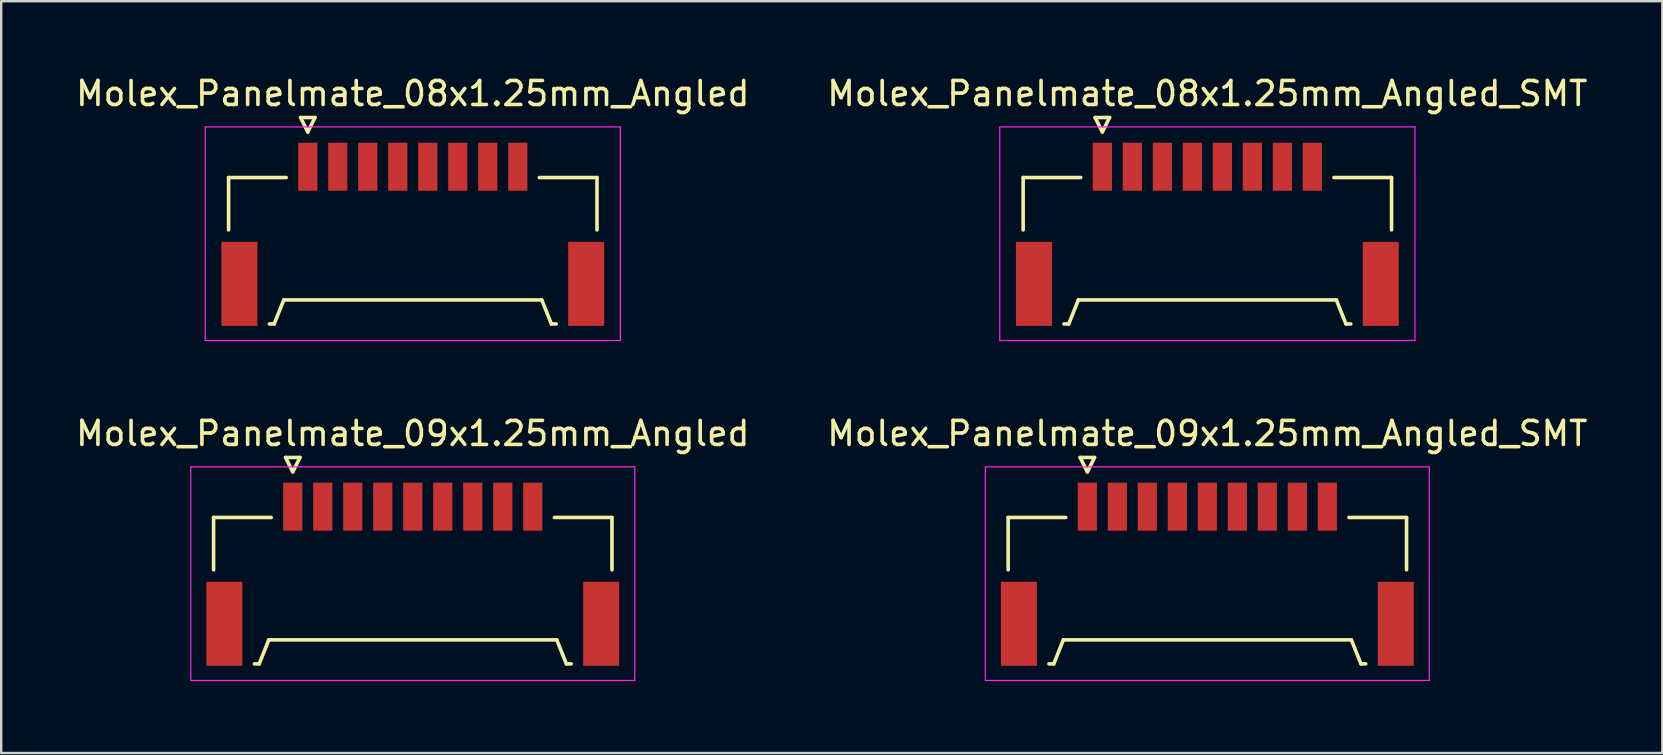
<source format=kicad_pcb>
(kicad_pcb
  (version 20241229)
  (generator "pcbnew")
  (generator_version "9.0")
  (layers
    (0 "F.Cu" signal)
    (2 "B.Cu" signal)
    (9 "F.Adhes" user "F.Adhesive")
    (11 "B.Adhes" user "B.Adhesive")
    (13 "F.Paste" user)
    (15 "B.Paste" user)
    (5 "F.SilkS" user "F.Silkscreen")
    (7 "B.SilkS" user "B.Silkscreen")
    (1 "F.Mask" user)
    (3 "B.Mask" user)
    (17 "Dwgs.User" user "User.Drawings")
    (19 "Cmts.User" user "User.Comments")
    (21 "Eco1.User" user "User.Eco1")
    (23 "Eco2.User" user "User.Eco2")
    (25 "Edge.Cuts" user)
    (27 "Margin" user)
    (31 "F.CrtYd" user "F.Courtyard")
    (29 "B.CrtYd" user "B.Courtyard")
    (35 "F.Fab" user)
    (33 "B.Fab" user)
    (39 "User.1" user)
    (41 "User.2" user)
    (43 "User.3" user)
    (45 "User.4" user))
  (footprint "Molex_Panelmate_09x1.25mm_Angled_SMT"
    (layer "F.Cu")
    (at 47.256 20.502)
    (property "Reference" "Molex_Panelmate_09x1.25mm_Angled_SMT" (at 0 -5.49 0) (layer "F.SilkS") (effects (font (size 1 1) (thickness 0.15))))
    (attr smd)
    (fp_line (start -8.3 -1.99) (end -8.3 0.19) (stroke (width 0.15) (type solid)) (layer "F.SilkS"))
    (fp_line (start -6.6 4.11) (end -6.4 4.11) (stroke (width 0.15) (type solid)) (layer "F.SilkS"))
    (fp_line (start -6.4 4.11) (end -6 3.11) (stroke (width 0.15) (type solid)) (layer "F.SilkS"))
    (fp_line (start -6 3.11) (end 6 3.11) (stroke (width 0.15) (type solid)) (layer "F.SilkS"))
    (fp_line (start -5.9 -1.99) (end -8.3 -1.99) (stroke (width 0.15) (type solid)) (layer "F.SilkS"))
    (fp_line (start -5.3 -4.49) (end -5 -3.89) (stroke (width 0.15) (type solid)) (layer "F.SilkS"))
    (fp_line (start -5 -3.89) (end -4.7 -4.49) (stroke (width 0.15) (type solid)) (layer "F.SilkS"))
    (fp_line (start -4.7 -4.49) (end -5.3 -4.49) (stroke (width 0.15) (type solid)) (layer "F.SilkS"))
    (fp_line (start 5.9 -1.99) (end 8.3 -1.99) (stroke (width 0.15) (type solid)) (layer "F.SilkS"))
    (fp_line (start 6 3.11) (end 6.4 4.11) (stroke (width 0.15) (type solid)) (layer "F.SilkS"))
    (fp_line (start 6.4 4.11) (end 6.6 4.11) (stroke (width 0.15) (type solid)) (layer "F.SilkS"))
    (fp_line (start 8.3 -1.99) (end 8.3 0.19) (stroke (width 0.15) (type solid)) (layer "F.SilkS"))
    (fp_line (start -9.25 -4.1) (end -9.25 4.8) (stroke (width 0.05) (type solid)) (layer "F.CrtYd"))
    (fp_line (start -9.25 4.8) (end 9.25 4.8) (stroke (width 0.05) (type solid)) (layer "F.CrtYd"))
    (fp_line (start 9.25 -4.1) (end -9.25 -4.1) (stroke (width 0.05) (type solid)) (layer "F.CrtYd"))
    (fp_line (start 9.25 4.8) (end 9.25 -4.1) (stroke (width 0.05) (type solid)) (layer "F.CrtYd"))
    (pad "" smd rect (at -7.85 2.44) (size 1.5 3.5) (layers "F.Cu" "F.Mask" "F.Paste"))
    (pad "" smd rect (at 7.85 2.44) (size 1.5 3.5) (layers "F.Cu" "F.Mask" "F.Paste"))
    (pad "1" smd rect (at -5 -2.44) (size 0.8 2) (layers "F.Cu" "F.Mask" "F.Paste"))
    (pad "2" smd rect (at -3.75 -2.44) (size 0.8 2) (layers "F.Cu" "F.Mask" "F.Paste"))
    (pad "3" smd rect (at -2.5 -2.44) (size 0.8 2) (layers "F.Cu" "F.Mask" "F.Paste"))
    (pad "4" smd rect (at -1.25 -2.44) (size 0.8 2) (layers "F.Cu" "F.Mask" "F.Paste"))
    (pad "5" smd rect (at 0 -2.44) (size 0.8 2) (layers "F.Cu" "F.Mask" "F.Paste"))
    (pad "6" smd rect (at 1.25 -2.44) (size 0.8 2) (layers "F.Cu" "F.Mask" "F.Paste"))
    (pad "7" smd rect (at 2.5 -2.44) (size 0.8 2) (layers "F.Cu" "F.Mask" "F.Paste"))
    (pad "8" smd rect (at 3.75 -2.44) (size 0.8 2) (layers "F.Cu" "F.Mask" "F.Paste"))
    (pad "9" smd rect (at 5 -2.44) (size 0.8 2) (layers "F.Cu" "F.Mask" "F.Paste")))
  (footprint "Molex_Panelmate_09x1.25mm_Angled"
    (layer "F.Cu")
    (at 14.149 20.502)
    (property "Reference" "Molex_Panelmate_09x1.25mm_Angled" (at 0 -5.49 0) (layer "F.SilkS") (effects (font (size 1 1) (thickness 0.15))))
    (attr smd)
    (fp_line (start -8.3 -1.99) (end -8.3 0.19) (stroke (width 0.15) (type solid)) (layer "F.SilkS"))
    (fp_line (start -6.6 4.11) (end -6.4 4.11) (stroke (width 0.15) (type solid)) (layer "F.SilkS"))
    (fp_line (start -6.4 4.11) (end -6 3.11) (stroke (width 0.15) (type solid)) (layer "F.SilkS"))
    (fp_line (start -6 3.11) (end 6 3.11) (stroke (width 0.15) (type solid)) (layer "F.SilkS"))
    (fp_line (start -5.9 -1.99) (end -8.3 -1.99) (stroke (width 0.15) (type solid)) (layer "F.SilkS"))
    (fp_line (start -5.3 -4.49) (end -5 -3.89) (stroke (width 0.15) (type solid)) (layer "F.SilkS"))
    (fp_line (start -5 -3.89) (end -4.7 -4.49) (stroke (width 0.15) (type solid)) (layer "F.SilkS"))
    (fp_line (start -4.7 -4.49) (end -5.3 -4.49) (stroke (width 0.15) (type solid)) (layer "F.SilkS"))
    (fp_line (start 5.9 -1.99) (end 8.3 -1.99) (stroke (width 0.15) (type solid)) (layer "F.SilkS"))
    (fp_line (start 6 3.11) (end 6.4 4.11) (stroke (width 0.15) (type solid)) (layer "F.SilkS"))
    (fp_line (start 6.4 4.11) (end 6.6 4.11) (stroke (width 0.15) (type solid)) (layer "F.SilkS"))
    (fp_line (start 8.3 -1.99) (end 8.3 0.19) (stroke (width 0.15) (type solid)) (layer "F.SilkS"))
    (fp_line (start -9.25 -4.1) (end -9.25 4.8) (stroke (width 0.05) (type solid)) (layer "F.CrtYd"))
    (fp_line (start -9.25 4.8) (end 9.25 4.8) (stroke (width 0.05) (type solid)) (layer "F.CrtYd"))
    (fp_line (start 9.25 -4.1) (end -9.25 -4.1) (stroke (width 0.05) (type solid)) (layer "F.CrtYd"))
    (fp_line (start 9.25 4.8) (end 9.25 -4.1) (stroke (width 0.05) (type solid)) (layer "F.CrtYd"))
    (pad "" smd rect (at -7.85 2.44) (size 1.5 3.5) (layers "F.Cu" "F.Mask" "F.Paste"))
    (pad "" smd rect (at 7.85 2.44) (size 1.5 3.5) (layers "F.Cu" "F.Mask" "F.Paste"))
    (pad "1" smd rect (at -5 -2.44) (size 0.8 2) (layers "F.Cu" "F.Mask" "F.Paste"))
    (pad "2" smd rect (at -3.75 -2.44) (size 0.8 2) (layers "F.Cu" "F.Mask" "F.Paste"))
    (pad "3" smd rect (at -2.5 -2.44) (size 0.8 2) (layers "F.Cu" "F.Mask" "F.Paste"))
    (pad "4" smd rect (at -1.25 -2.44) (size 0.8 2) (layers "F.Cu" "F.Mask" "F.Paste"))
    (pad "5" smd rect (at 0 -2.44) (size 0.8 2) (layers "F.Cu" "F.Mask" "F.Paste"))
    (pad "6" smd rect (at 1.25 -2.44) (size 0.8 2) (layers "F.Cu" "F.Mask" "F.Paste"))
    (pad "7" smd rect (at 2.5 -2.44) (size 0.8 2) (layers "F.Cu" "F.Mask" "F.Paste"))
    (pad "8" smd rect (at 3.75 -2.44) (size 0.8 2) (layers "F.Cu" "F.Mask" "F.Paste"))
    (pad "9" smd rect (at 5 -2.44) (size 0.8 2) (layers "F.Cu" "F.Mask" "F.Paste")))
  (footprint "Molex_Panelmate_08x1.25mm_Angled"
    (layer "F.Cu")
    (at 14.149 6.338)
    (property "Reference" "Molex_Panelmate_08x1.25mm_Angled" (at 0 -5.49 0) (layer "F.SilkS") (effects (font (size 1 1) (thickness 0.15))))
    (attr smd)
    (fp_line (start -7.675 -1.99) (end -7.675 0.19) (stroke (width 0.15) (type solid)) (layer "F.SilkS"))
    (fp_line (start -5.975 4.11) (end -5.775 4.11) (stroke (width 0.15) (type solid)) (layer "F.SilkS"))
    (fp_line (start -5.775 4.11) (end -5.375 3.11) (stroke (width 0.15) (type solid)) (layer "F.SilkS"))
    (fp_line (start -5.375 3.11) (end 5.375 3.11) (stroke (width 0.15) (type solid)) (layer "F.SilkS"))
    (fp_line (start -5.275 -1.99) (end -7.675 -1.99) (stroke (width 0.15) (type solid)) (layer "F.SilkS"))
    (fp_line (start -4.675 -4.49) (end -4.375 -3.89) (stroke (width 0.15) (type solid)) (layer "F.SilkS"))
    (fp_line (start -4.375 -3.89) (end -4.075 -4.49) (stroke (width 0.15) (type solid)) (layer "F.SilkS"))
    (fp_line (start -4.075 -4.49) (end -4.675 -4.49) (stroke (width 0.15) (type solid)) (layer "F.SilkS"))
    (fp_line (start 5.275 -1.99) (end 7.675 -1.99) (stroke (width 0.15) (type solid)) (layer "F.SilkS"))
    (fp_line (start 5.375 3.11) (end 5.775 4.11) (stroke (width 0.15) (type solid)) (layer "F.SilkS"))
    (fp_line (start 5.775 4.11) (end 5.975 4.11) (stroke (width 0.15) (type solid)) (layer "F.SilkS"))
    (fp_line (start 7.675 -1.99) (end 7.675 0.19) (stroke (width 0.15) (type solid)) (layer "F.SilkS"))
    (fp_line (start -8.65 -4.1) (end -8.65 4.8) (stroke (width 0.05) (type solid)) (layer "F.CrtYd"))
    (fp_line (start -8.65 4.8) (end 8.65 4.8) (stroke (width 0.05) (type solid)) (layer "F.CrtYd"))
    (fp_line (start 8.65 -4.1) (end -8.65 -4.1) (stroke (width 0.05) (type solid)) (layer "F.CrtYd"))
    (fp_line (start 8.65 4.8) (end 8.65 -4.1) (stroke (width 0.05) (type solid)) (layer "F.CrtYd"))
    (pad "" smd rect (at -7.225 2.44) (size 1.5 3.5) (layers "F.Cu" "F.Mask" "F.Paste"))
    (pad "" smd rect (at 7.225 2.44) (size 1.5 3.5) (layers "F.Cu" "F.Mask" "F.Paste"))
    (pad "1" smd rect (at -4.375 -2.44) (size 0.8 2) (layers "F.Cu" "F.Mask" "F.Paste"))
    (pad "2" smd rect (at -3.125 -2.44) (size 0.8 2) (layers "F.Cu" "F.Mask" "F.Paste"))
    (pad "3" smd rect (at -1.875 -2.44) (size 0.8 2) (layers "F.Cu" "F.Mask" "F.Paste"))
    (pad "4" smd rect (at -0.625 -2.44) (size 0.8 2) (layers "F.Cu" "F.Mask" "F.Paste"))
    (pad "5" smd rect (at 0.625 -2.44) (size 0.8 2) (layers "F.Cu" "F.Mask" "F.Paste"))
    (pad "6" smd rect (at 1.875 -2.44) (size 0.8 2) (layers "F.Cu" "F.Mask" "F.Paste"))
    (pad "7" smd rect (at 3.125 -2.44) (size 0.8 2) (layers "F.Cu" "F.Mask" "F.Paste"))
    (pad "8" smd rect (at 4.375 -2.44) (size 0.8 2) (layers "F.Cu" "F.Mask" "F.Paste")))
  (footprint "Molex_Panelmate_08x1.25mm_Angled_SMT"
    (layer "F.Cu")
    (at 47.256 6.338)
    (property "Reference" "Molex_Panelmate_08x1.25mm_Angled_SMT" (at 0 -5.49 0) (layer "F.SilkS") (effects (font (size 1 1) (thickness 0.15))))
    (attr smd)
    (fp_line (start -7.675 -1.99) (end -7.675 0.19) (stroke (width 0.15) (type solid)) (layer "F.SilkS"))
    (fp_line (start -5.975 4.11) (end -5.775 4.11) (stroke (width 0.15) (type solid)) (layer "F.SilkS"))
    (fp_line (start -5.775 4.11) (end -5.375 3.11) (stroke (width 0.15) (type solid)) (layer "F.SilkS"))
    (fp_line (start -5.375 3.11) (end 5.375 3.11) (stroke (width 0.15) (type solid)) (layer "F.SilkS"))
    (fp_line (start -5.275 -1.99) (end -7.675 -1.99) (stroke (width 0.15) (type solid)) (layer "F.SilkS"))
    (fp_line (start -4.675 -4.49) (end -4.375 -3.89) (stroke (width 0.15) (type solid)) (layer "F.SilkS"))
    (fp_line (start -4.375 -3.89) (end -4.075 -4.49) (stroke (width 0.15) (type solid)) (layer "F.SilkS"))
    (fp_line (start -4.075 -4.49) (end -4.675 -4.49) (stroke (width 0.15) (type solid)) (layer "F.SilkS"))
    (fp_line (start 5.275 -1.99) (end 7.675 -1.99) (stroke (width 0.15) (type solid)) (layer "F.SilkS"))
    (fp_line (start 5.375 3.11) (end 5.775 4.11) (stroke (width 0.15) (type solid)) (layer "F.SilkS"))
    (fp_line (start 5.775 4.11) (end 5.975 4.11) (stroke (width 0.15) (type solid)) (layer "F.SilkS"))
    (fp_line (start 7.675 -1.99) (end 7.675 0.19) (stroke (width 0.15) (type solid)) (layer "F.SilkS"))
    (fp_line (start -8.65 -4.1) (end -8.65 4.8) (stroke (width 0.05) (type solid)) (layer "F.CrtYd"))
    (fp_line (start -8.65 4.8) (end 8.65 4.8) (stroke (width 0.05) (type solid)) (layer "F.CrtYd"))
    (fp_line (start 8.65 -4.1) (end -8.65 -4.1) (stroke (width 0.05) (type solid)) (layer "F.CrtYd"))
    (fp_line (start 8.65 4.8) (end 8.65 -4.1) (stroke (width 0.05) (type solid)) (layer "F.CrtYd"))
    (pad "" smd rect (at -7.225 2.44) (size 1.5 3.5) (layers "F.Cu" "F.Mask" "F.Paste"))
    (pad "" smd rect (at 7.225 2.44) (size 1.5 3.5) (layers "F.Cu" "F.Mask" "F.Paste"))
    (pad "1" smd rect (at -4.375 -2.44) (size 0.8 2) (layers "F.Cu" "F.Mask" "F.Paste"))
    (pad "2" smd rect (at -3.125 -2.44) (size 0.8 2) (layers "F.Cu" "F.Mask" "F.Paste"))
    (pad "3" smd rect (at -1.875 -2.44) (size 0.8 2) (layers "F.Cu" "F.Mask" "F.Paste"))
    (pad "4" smd rect (at -0.625 -2.44) (size 0.8 2) (layers "F.Cu" "F.Mask" "F.Paste"))
    (pad "5" smd rect (at 0.625 -2.44) (size 0.8 2) (layers "F.Cu" "F.Mask" "F.Paste"))
    (pad "6" smd rect (at 1.875 -2.44) (size 0.8 2) (layers "F.Cu" "F.Mask" "F.Paste"))
    (pad "7" smd rect (at 3.125 -2.44) (size 0.8 2) (layers "F.Cu" "F.Mask" "F.Paste"))
    (pad "8" smd rect (at 4.375 -2.44) (size 0.8 2) (layers "F.Cu" "F.Mask" "F.Paste")))
  (gr_rect
    (start -3 -3)
    (end 66.214 28.326)
    (stroke (width 0.1) (type default))
    (fill no)
    (layer "Edge.Cuts")))
</source>
